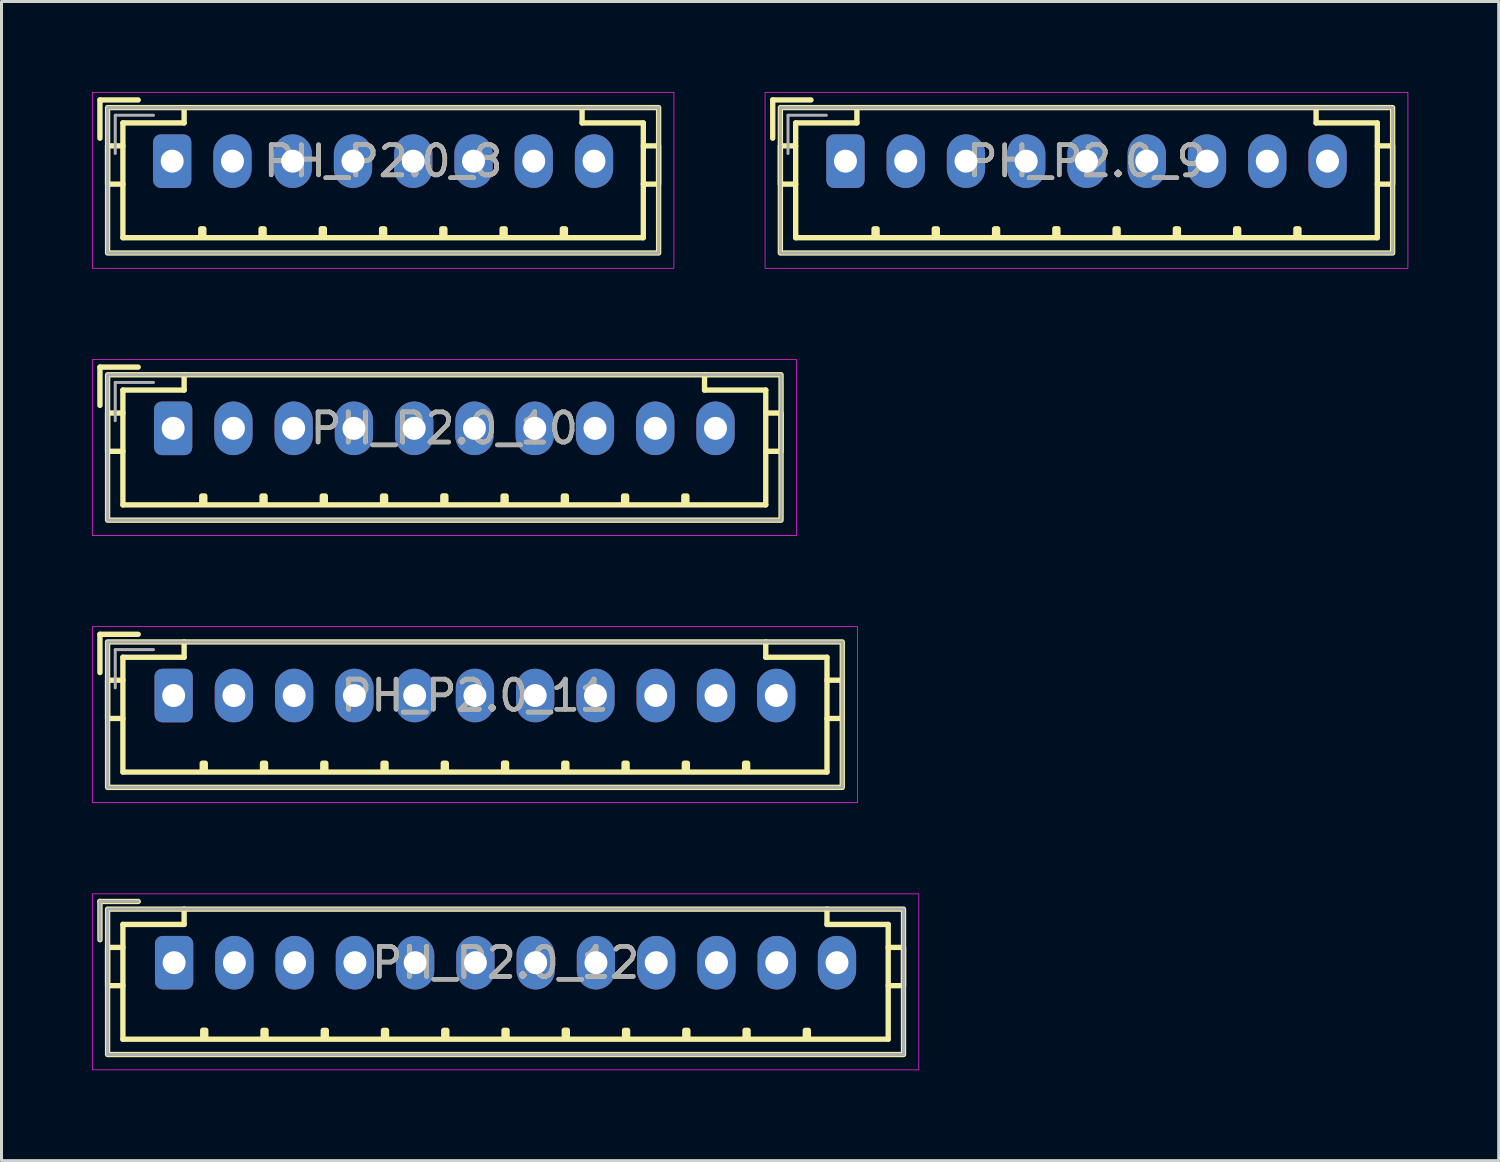
<source format=kicad_pcb>
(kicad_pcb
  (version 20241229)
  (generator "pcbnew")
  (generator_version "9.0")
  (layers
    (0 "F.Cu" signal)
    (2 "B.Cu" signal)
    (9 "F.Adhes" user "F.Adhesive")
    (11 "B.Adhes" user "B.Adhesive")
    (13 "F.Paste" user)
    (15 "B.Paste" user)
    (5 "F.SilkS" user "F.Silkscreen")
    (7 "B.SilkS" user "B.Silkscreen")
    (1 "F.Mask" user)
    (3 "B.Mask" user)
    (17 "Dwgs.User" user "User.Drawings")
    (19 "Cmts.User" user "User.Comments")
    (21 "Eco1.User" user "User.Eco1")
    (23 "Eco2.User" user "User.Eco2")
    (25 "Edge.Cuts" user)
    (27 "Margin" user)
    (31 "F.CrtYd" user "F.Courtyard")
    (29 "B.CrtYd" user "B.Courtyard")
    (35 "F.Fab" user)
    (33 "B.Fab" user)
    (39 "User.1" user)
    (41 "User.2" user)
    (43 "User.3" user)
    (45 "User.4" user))
  (footprint "PH_P2.0_8"
    (layer "F.Cu")
    (at 9.665 2.299)
    (property "Reference" "PH_P2.0_8" (at 0 0 0) (layer "F.SilkS") (effects (font (size 1 1) (thickness 0.15))))
    (attr through_hole)
    (fp_line (start -9.398 -2.032) (end -9.398 -0.762) (stroke (width 0.178) (type solid)) (layer "F.SilkS"))
    (fp_line (start -9.398 -2.032) (end -8.128 -2.032) (stroke (width 0.178) (type solid)) (layer "F.SilkS"))
    (fp_line (start -8.636 -1.27) (end -8.636 -0.508) (stroke (width 0.178) (type solid)) (layer "F.SilkS"))
    (fp_line (start -8.636 0.762) (end -8.636 2.54) (stroke (width 0.178) (type solid)) (layer "F.SilkS"))
    (fp_line (start -6.604 -1.778) (end -6.604 -1.27) (stroke (width 0.178) (type solid)) (layer "F.SilkS"))
    (fp_line (start -6.604 -1.27) (end -8.636 -1.27) (stroke (width 0.178) (type solid)) (layer "F.SilkS"))
    (fp_line (start 6.604 -1.778) (end 6.604 -1.27) (stroke (width 0.178) (type solid)) (layer "F.SilkS"))
    (fp_line (start 6.604 -1.27) (end 8.636 -1.27) (stroke (width 0.178) (type solid)) (layer "F.SilkS"))
    (fp_line (start 8.636 -1.27) (end 8.636 -0.508) (stroke (width 0.178) (type solid)) (layer "F.SilkS"))
    (fp_line (start 8.636 0.762) (end 8.636 2.54) (stroke (width 0.178) (type solid)) (layer "F.SilkS"))
    (fp_line (start 8.636 2.54) (end -8.636 2.54) (stroke (width 0.178) (type solid)) (layer "F.SilkS"))
    (fp_rect (start -9.144 -1.778) (end 9.144 3.048) (stroke (width 0.178) (type solid)) (fill no) (layer "F.SilkS"))
    (fp_rect (start -9.144 -0.508) (end -8.636 0.762) (stroke (width 0.178) (type solid)) (fill no) (layer "F.SilkS"))
    (fp_rect (start -6.05 2.246) (end -5.95 2.5) (stroke (width 0.178) (type solid)) (fill no) (layer "F.SilkS"))
    (fp_rect (start -4.05 2.246) (end -3.95 2.5) (stroke (width 0.178) (type solid)) (fill no) (layer "F.SilkS"))
    (fp_rect (start -2.05 2.242) (end -1.95 2.496) (stroke (width 0.178) (type solid)) (fill no) (layer "F.SilkS"))
    (fp_rect (start -0.05 2.246) (end 0.05 2.5) (stroke (width 0.178) (type solid)) (fill no) (layer "F.SilkS"))
    (fp_rect (start 1.95 2.246) (end 2.05 2.5) (stroke (width 0.178) (type solid)) (fill no) (layer "F.SilkS"))
    (fp_rect (start 3.95 2.246) (end 4.05 2.5) (stroke (width 0.178) (type solid)) (fill no) (layer "F.SilkS"))
    (fp_rect (start 5.95 2.246) (end 6.05 2.5) (stroke (width 0.178) (type solid)) (fill no) (layer "F.SilkS"))
    (fp_rect (start 8.636 -0.508) (end 9.144 0.762) (stroke (width 0.178) (type solid)) (fill no) (layer "F.SilkS"))
    (fp_rect (start -9.652 -2.286) (end 9.652 3.556) (stroke (width 0.025) (type solid)) (fill no) (layer "F.CrtYd"))
    (fp_line (start -8.89 -1.524) (end -8.89 -0.254) (stroke (width 0.1) (type solid)) (layer "F.Fab"))
    (fp_line (start -7.62 -1.524) (end -8.89 -1.524) (stroke (width 0.1) (type solid)) (layer "F.Fab"))
    (fp_rect (start -9.144 -1.778) (end 9.144 3.048) (stroke (width 0.1) (type solid)) (fill no) (layer "F.Fab"))
    (fp_text user "${REFERENCE}" (at 0 0 0) (layer "F.Fab") (effects (font (size 1 1) (thickness 0.15))))
    (pad "1" thru_hole roundrect (at -7 0) (size 1.27 1.778) (drill 0.762) (layers "*.Cu" "*.Mask") (roundrect_rratio 0.2))
    (pad "2" thru_hole oval (at -5 0) (size 1.27 1.778) (drill 0.762) (layers "*.Cu" "*.Mask"))
    (pad "3" thru_hole oval (at -3 0) (size 1.27 1.778) (drill 0.762) (layers "*.Cu" "*.Mask"))
    (pad "4" thru_hole oval (at -1 0) (size 1.27 1.778) (drill 0.762) (layers "*.Cu" "*.Mask"))
    (pad "5" thru_hole oval (at 1 0) (size 1.27 1.778) (drill 0.762) (layers "*.Cu" "*.Mask"))
    (pad "6" thru_hole oval (at 3 0) (size 1.27 1.778) (drill 0.762) (layers "*.Cu" "*.Mask"))
    (pad "7" thru_hole oval (at 5 0) (size 1.27 1.778) (drill 0.762) (layers "*.Cu" "*.Mask"))
    (pad "8" thru_hole oval (at 7 0) (size 1.27 1.778) (drill 0.762) (layers "*.Cu" "*.Mask")))
  (footprint "PH_P2.0_9"
    (layer "F.Cu")
    (at 33.01 2.299)
    (property "Reference" "PH_P2.0_9" (at 0 0 0) (layer "F.SilkS") (effects (font (size 1 1) (thickness 0.15))))
    (attr through_hole)
    (fp_line (start -10.414 -2.032) (end -10.414 -0.762) (stroke (width 0.178) (type solid)) (layer "F.SilkS"))
    (fp_line (start -10.414 -2.032) (end -9.144 -2.032) (stroke (width 0.178) (type solid)) (layer "F.SilkS"))
    (fp_line (start -9.652 -1.27) (end -9.652 -0.508) (stroke (width 0.178) (type solid)) (layer "F.SilkS"))
    (fp_line (start -9.652 0.762) (end -9.652 2.54) (stroke (width 0.178) (type solid)) (layer "F.SilkS"))
    (fp_line (start -7.62 -1.778) (end -7.62 -1.27) (stroke (width 0.178) (type solid)) (layer "F.SilkS"))
    (fp_line (start -7.62 -1.27) (end -9.652 -1.27) (stroke (width 0.178) (type solid)) (layer "F.SilkS"))
    (fp_line (start 7.62 -1.778) (end 7.62 -1.27) (stroke (width 0.178) (type solid)) (layer "F.SilkS"))
    (fp_line (start 7.62 -1.27) (end 9.652 -1.27) (stroke (width 0.178) (type solid)) (layer "F.SilkS"))
    (fp_line (start 9.652 -1.27) (end 9.652 -0.508) (stroke (width 0.178) (type solid)) (layer "F.SilkS"))
    (fp_line (start 9.652 0.762) (end 9.652 2.54) (stroke (width 0.178) (type solid)) (layer "F.SilkS"))
    (fp_line (start 9.652 2.54) (end -9.652 2.54) (stroke (width 0.178) (type solid)) (layer "F.SilkS"))
    (fp_rect (start -10.16 -1.778) (end 10.16 3.048) (stroke (width 0.178) (type solid)) (fill no) (layer "F.SilkS"))
    (fp_rect (start -10.16 -0.508) (end -9.652 0.762) (stroke (width 0.178) (type solid)) (fill no) (layer "F.SilkS"))
    (fp_rect (start -7.05 2.246) (end -6.95 2.5) (stroke (width 0.178) (type solid)) (fill no) (layer "F.SilkS"))
    (fp_rect (start -5.05 2.246) (end -4.95 2.5) (stroke (width 0.178) (type solid)) (fill no) (layer "F.SilkS"))
    (fp_rect (start -3.05 2.246) (end -2.95 2.5) (stroke (width 0.178) (type solid)) (fill no) (layer "F.SilkS"))
    (fp_rect (start -1.05 2.242) (end -0.95 2.496) (stroke (width 0.178) (type solid)) (fill no) (layer "F.SilkS"))
    (fp_rect (start 0.95 2.246) (end 1.05 2.5) (stroke (width 0.178) (type solid)) (fill no) (layer "F.SilkS"))
    (fp_rect (start 2.95 2.246) (end 3.05 2.5) (stroke (width 0.178) (type solid)) (fill no) (layer "F.SilkS"))
    (fp_rect (start 4.95 2.246) (end 5.05 2.5) (stroke (width 0.178) (type solid)) (fill no) (layer "F.SilkS"))
    (fp_rect (start 6.95 2.246) (end 7.05 2.5) (stroke (width 0.178) (type solid)) (fill no) (layer "F.SilkS"))
    (fp_rect (start 9.652 -0.508) (end 10.16 0.762) (stroke (width 0.178) (type solid)) (fill no) (layer "F.SilkS"))
    (fp_rect (start -10.668 -2.286) (end 10.668 3.556) (stroke (width 0.025) (type solid)) (fill no) (layer "F.CrtYd"))
    (fp_line (start -9.906 -1.524) (end -9.906 -0.254) (stroke (width 0.1) (type solid)) (layer "F.Fab"))
    (fp_line (start -8.636 -1.524) (end -9.906 -1.524) (stroke (width 0.1) (type solid)) (layer "F.Fab"))
    (fp_rect (start -10.16 -1.778) (end 10.16 3.048) (stroke (width 0.1) (type solid)) (fill no) (layer "F.Fab"))
    (fp_text user "${REFERENCE}" (at 0 0 0) (layer "F.Fab") (effects (font (size 1 1) (thickness 0.15))))
    (pad "1" thru_hole roundrect (at -8 0) (size 1.27 1.778) (drill 0.762) (layers "*.Cu" "*.Mask") (roundrect_rratio 0.2))
    (pad "2" thru_hole oval (at -6 0) (size 1.27 1.778) (drill 0.762) (layers "*.Cu" "*.Mask"))
    (pad "3" thru_hole oval (at -4 0) (size 1.27 1.778) (drill 0.762) (layers "*.Cu" "*.Mask"))
    (pad "4" thru_hole oval (at -2 0) (size 1.27 1.778) (drill 0.762) (layers "*.Cu" "*.Mask"))
    (pad "5" thru_hole oval (at 0 0) (size 1.27 1.778) (drill 0.762) (layers "*.Cu" "*.Mask"))
    (pad "6" thru_hole oval (at 2 0) (size 1.27 1.778) (drill 0.762) (layers "*.Cu" "*.Mask"))
    (pad "7" thru_hole oval (at 4 0) (size 1.27 1.778) (drill 0.762) (layers "*.Cu" "*.Mask"))
    (pad "8" thru_hole oval (at 6 0) (size 1.27 1.778) (drill 0.762) (layers "*.Cu" "*.Mask"))
    (pad "9" thru_hole oval (at 8 0) (size 1.27 1.778) (drill 0.762) (layers "*.Cu" "*.Mask")))
  (footprint "PH_P2.0_11"
    (layer "F.Cu")
    (at 12.713 20.034)
    (property "Reference" "PH_P2.0_11" (at 0 0 0) (layer "F.SilkS") (effects (font (size 1 1) (thickness 0.15))))
    (attr through_hole)
    (fp_line (start -12.446 -2.032) (end -12.446 -0.762) (stroke (width 0.178) (type solid)) (layer "F.SilkS"))
    (fp_line (start -12.446 -2.032) (end -11.176 -2.032) (stroke (width 0.178) (type solid)) (layer "F.SilkS"))
    (fp_line (start -11.684 -1.27) (end -11.684 -0.508) (stroke (width 0.178) (type solid)) (layer "F.SilkS"))
    (fp_line (start -11.684 0.762) (end -11.684 2.54) (stroke (width 0.178) (type solid)) (layer "F.SilkS"))
    (fp_line (start -9.652 -1.778) (end -9.652 -1.27) (stroke (width 0.178) (type solid)) (layer "F.SilkS"))
    (fp_line (start -9.652 -1.27) (end -11.684 -1.27) (stroke (width 0.178) (type solid)) (layer "F.SilkS"))
    (fp_line (start 9.652 -1.778) (end 9.652 -1.27) (stroke (width 0.178) (type solid)) (layer "F.SilkS"))
    (fp_line (start 9.652 -1.27) (end 11.684 -1.27) (stroke (width 0.178) (type solid)) (layer "F.SilkS"))
    (fp_line (start 11.684 -1.27) (end 11.684 -0.508) (stroke (width 0.178) (type solid)) (layer "F.SilkS"))
    (fp_line (start 11.684 0.762) (end 11.684 2.54) (stroke (width 0.178) (type solid)) (layer "F.SilkS"))
    (fp_line (start 11.684 2.54) (end -11.684 2.54) (stroke (width 0.178) (type solid)) (layer "F.SilkS"))
    (fp_rect (start -12.192 -1.778) (end 12.192 3.048) (stroke (width 0.178) (type solid)) (fill no) (layer "F.SilkS"))
    (fp_rect (start -12.192 -0.508) (end -11.684 0.762) (stroke (width 0.178) (type solid)) (fill no) (layer "F.SilkS"))
    (fp_rect (start -9.05 2.246) (end -8.95 2.5) (stroke (width 0.178) (type solid)) (fill no) (layer "F.SilkS"))
    (fp_rect (start -7.05 2.246) (end -6.95 2.5) (stroke (width 0.178) (type solid)) (fill no) (layer "F.SilkS"))
    (fp_rect (start -5.05 2.246) (end -4.95 2.5) (stroke (width 0.178) (type solid)) (fill no) (layer "F.SilkS"))
    (fp_rect (start -3.05 2.246) (end -2.95 2.5) (stroke (width 0.178) (type solid)) (fill no) (layer "F.SilkS"))
    (fp_rect (start -1.05 2.246) (end -0.95 2.5) (stroke (width 0.178) (type solid)) (fill no) (layer "F.SilkS"))
    (fp_rect (start 0.95 2.242) (end 1.05 2.496) (stroke (width 0.178) (type solid)) (fill no) (layer "F.SilkS"))
    (fp_rect (start 2.95 2.246) (end 3.05 2.5) (stroke (width 0.178) (type solid)) (fill no) (layer "F.SilkS"))
    (fp_rect (start 4.95 2.246) (end 5.05 2.5) (stroke (width 0.178) (type solid)) (fill no) (layer "F.SilkS"))
    (fp_rect (start 6.95 2.246) (end 7.05 2.5) (stroke (width 0.178) (type solid)) (fill no) (layer "F.SilkS"))
    (fp_rect (start 8.95 2.246) (end 9.05 2.5) (stroke (width 0.178) (type solid)) (fill no) (layer "F.SilkS"))
    (fp_rect (start 11.684 -0.508) (end 12.192 0.762) (stroke (width 0.178) (type solid)) (fill no) (layer "F.SilkS"))
    (fp_rect (start -12.7 -2.286) (end 12.7 3.556) (stroke (width 0.025) (type solid)) (fill no) (layer "F.CrtYd"))
    (fp_line (start -11.938 -1.524) (end -11.938 -0.254) (stroke (width 0.1) (type solid)) (layer "F.Fab"))
    (fp_line (start -10.668 -1.524) (end -11.938 -1.524) (stroke (width 0.1) (type solid)) (layer "F.Fab"))
    (fp_rect (start -12.192 -1.778) (end 12.192 3.048) (stroke (width 0.1) (type solid)) (fill no) (layer "F.Fab"))
    (fp_text user "${REFERENCE}" (at 0 0 0) (layer "F.Fab") (effects (font (size 1 1) (thickness 0.15))))
    (pad "1" thru_hole roundrect (at -10 0) (size 1.27 1.778) (drill 0.762) (layers "*.Cu" "*.Mask") (roundrect_rratio 0.2))
    (pad "2" thru_hole oval (at -8 0) (size 1.27 1.778) (drill 0.762) (layers "*.Cu" "*.Mask"))
    (pad "3" thru_hole oval (at -6 0) (size 1.27 1.778) (drill 0.762) (layers "*.Cu" "*.Mask"))
    (pad "4" thru_hole oval (at -4 0) (size 1.27 1.778) (drill 0.762) (layers "*.Cu" "*.Mask"))
    (pad "5" thru_hole oval (at -2 0) (size 1.27 1.778) (drill 0.762) (layers "*.Cu" "*.Mask"))
    (pad "6" thru_hole oval (at 0 0) (size 1.27 1.778) (drill 0.762) (layers "*.Cu" "*.Mask"))
    (pad "7" thru_hole oval (at 2 0) (size 1.27 1.778) (drill 0.762) (layers "*.Cu" "*.Mask"))
    (pad "8" thru_hole oval (at 4 0) (size 1.27 1.778) (drill 0.762) (layers "*.Cu" "*.Mask"))
    (pad "9" thru_hole oval (at 6 0) (size 1.27 1.778) (drill 0.762) (layers "*.Cu" "*.Mask"))
    (pad "10" thru_hole oval (at 8 0) (size 1.27 1.778) (drill 0.762) (layers "*.Cu" "*.Mask"))
    (pad "11" thru_hole oval (at 10 0) (size 1.27 1.778) (drill 0.762) (layers "*.Cu" "*.Mask")))
  (footprint "PH_P2.0_10"
    (layer "F.Cu")
    (at 11.697 11.166)
    (property "Reference" "PH_P2.0_10" (at 0 0 0) (layer "F.SilkS") (effects (font (size 1 1) (thickness 0.15))))
    (attr through_hole)
    (fp_line (start -11.43 -2.032) (end -11.43 -0.762) (stroke (width 0.178) (type solid)) (layer "F.SilkS"))
    (fp_line (start -11.43 -2.032) (end -10.16 -2.032) (stroke (width 0.178) (type solid)) (layer "F.SilkS"))
    (fp_line (start -10.668 -1.27) (end -10.668 -0.508) (stroke (width 0.178) (type solid)) (layer "F.SilkS"))
    (fp_line (start -10.668 0.762) (end -10.668 2.54) (stroke (width 0.178) (type solid)) (layer "F.SilkS"))
    (fp_line (start -8.636 -1.778) (end -8.636 -1.27) (stroke (width 0.178) (type solid)) (layer "F.SilkS"))
    (fp_line (start -8.636 -1.27) (end -10.668 -1.27) (stroke (width 0.178) (type solid)) (layer "F.SilkS"))
    (fp_line (start 8.636 -1.778) (end 8.636 -1.27) (stroke (width 0.178) (type solid)) (layer "F.SilkS"))
    (fp_line (start 8.636 -1.27) (end 10.668 -1.27) (stroke (width 0.178) (type solid)) (layer "F.SilkS"))
    (fp_line (start 10.668 -1.27) (end 10.668 -0.508) (stroke (width 0.178) (type solid)) (layer "F.SilkS"))
    (fp_line (start 10.668 0.762) (end 10.668 2.54) (stroke (width 0.178) (type solid)) (layer "F.SilkS"))
    (fp_line (start 10.668 2.54) (end -10.668 2.54) (stroke (width 0.178) (type solid)) (layer "F.SilkS"))
    (fp_rect (start -11.176 -1.778) (end 11.176 3.048) (stroke (width 0.178) (type solid)) (fill no) (layer "F.SilkS"))
    (fp_rect (start -11.176 -0.508) (end -10.668 0.762) (stroke (width 0.178) (type solid)) (fill no) (layer "F.SilkS"))
    (fp_rect (start -8.05 2.246) (end -7.95 2.5) (stroke (width 0.178) (type solid)) (fill no) (layer "F.SilkS"))
    (fp_rect (start -6.05 2.246) (end -5.95 2.5) (stroke (width 0.178) (type solid)) (fill no) (layer "F.SilkS"))
    (fp_rect (start -4.05 2.246) (end -3.95 2.5) (stroke (width 0.178) (type solid)) (fill no) (layer "F.SilkS"))
    (fp_rect (start -2.05 2.246) (end -1.95 2.5) (stroke (width 0.178) (type solid)) (fill no) (layer "F.SilkS"))
    (fp_rect (start -0.05 2.242) (end 0.05 2.496) (stroke (width 0.178) (type solid)) (fill no) (layer "F.SilkS"))
    (fp_rect (start 1.95 2.246) (end 2.05 2.5) (stroke (width 0.178) (type solid)) (fill no) (layer "F.SilkS"))
    (fp_rect (start 3.95 2.246) (end 4.05 2.5) (stroke (width 0.178) (type solid)) (fill no) (layer "F.SilkS"))
    (fp_rect (start 5.95 2.246) (end 6.05 2.5) (stroke (width 0.178) (type solid)) (fill no) (layer "F.SilkS"))
    (fp_rect (start 7.95 2.246) (end 8.05 2.5) (stroke (width 0.178) (type solid)) (fill no) (layer "F.SilkS"))
    (fp_rect (start 10.668 -0.508) (end 11.176 0.762) (stroke (width 0.178) (type solid)) (fill no) (layer "F.SilkS"))
    (fp_rect (start -11.684 -2.286) (end 11.684 3.556) (stroke (width 0.025) (type solid)) (fill no) (layer "F.CrtYd"))
    (fp_line (start -10.922 -1.524) (end -10.922 -0.254) (stroke (width 0.1) (type solid)) (layer "F.Fab"))
    (fp_line (start -9.652 -1.524) (end -10.922 -1.524) (stroke (width 0.1) (type solid)) (layer "F.Fab"))
    (fp_rect (start -11.176 -1.778) (end 11.176 3.048) (stroke (width 0.1) (type solid)) (fill no) (layer "F.Fab"))
    (fp_text user "${REFERENCE}" (at 0 0 0) (layer "F.Fab") (effects (font (size 1 1) (thickness 0.15))))
    (pad "1" thru_hole roundrect (at -9 0) (size 1.27 1.778) (drill 0.762) (layers "*.Cu" "*.Mask") (roundrect_rratio 0.2))
    (pad "2" thru_hole oval (at -7 0) (size 1.27 1.778) (drill 0.762) (layers "*.Cu" "*.Mask"))
    (pad "3" thru_hole oval (at -5 0) (size 1.27 1.778) (drill 0.762) (layers "*.Cu" "*.Mask"))
    (pad "4" thru_hole oval (at -3 0) (size 1.27 1.778) (drill 0.762) (layers "*.Cu" "*.Mask"))
    (pad "5" thru_hole oval (at -1 0) (size 1.27 1.778) (drill 0.762) (layers "*.Cu" "*.Mask"))
    (pad "6" thru_hole oval (at 1 0) (size 1.27 1.778) (drill 0.762) (layers "*.Cu" "*.Mask"))
    (pad "7" thru_hole oval (at 3 0) (size 1.27 1.778) (drill 0.762) (layers "*.Cu" "*.Mask"))
    (pad "8" thru_hole oval (at 5 0) (size 1.27 1.778) (drill 0.762) (layers "*.Cu" "*.Mask"))
    (pad "9" thru_hole oval (at 7 0) (size 1.27 1.778) (drill 0.762) (layers "*.Cu" "*.Mask"))
    (pad "10" thru_hole oval (at 9 0) (size 1.27 1.778) (drill 0.762) (layers "*.Cu" "*.Mask")))
  (footprint "PH_P2.0_12"
    (layer "F.Cu")
    (at 13.729 28.901)
    (property "Reference" "PH_P2.0_12" (at 0 0 0) (layer "F.SilkS") (effects (font (size 1 1) (thickness 0.15))))
    (attr through_hole)
    (fp_line (start -13.462 -2.032) (end -13.462 -0.762) (stroke (width 0.178) (type solid)) (layer "F.SilkS"))
    (fp_line (start -13.462 -2.032) (end -12.192 -2.032) (stroke (width 0.178) (type solid)) (layer "F.SilkS"))
    (fp_line (start -12.7 -1.27) (end -12.7 -0.508) (stroke (width 0.178) (type solid)) (layer "F.SilkS"))
    (fp_line (start -12.7 0.762) (end -12.7 2.54) (stroke (width 0.178) (type solid)) (layer "F.SilkS"))
    (fp_line (start -10.668 -1.778) (end -10.668 -1.27) (stroke (width 0.178) (type solid)) (layer "F.SilkS"))
    (fp_line (start -10.668 -1.27) (end -12.7 -1.27) (stroke (width 0.178) (type solid)) (layer "F.SilkS"))
    (fp_line (start 10.668 -1.778) (end 10.668 -1.27) (stroke (width 0.178) (type solid)) (layer "F.SilkS"))
    (fp_line (start 10.668 -1.27) (end 12.7 -1.27) (stroke (width 0.178) (type solid)) (layer "F.SilkS"))
    (fp_line (start 12.7 -1.27) (end 12.7 -0.508) (stroke (width 0.178) (type solid)) (layer "F.SilkS"))
    (fp_line (start 12.7 0.762) (end 12.7 2.54) (stroke (width 0.178) (type solid)) (layer "F.SilkS"))
    (fp_line (start 12.7 2.54) (end -12.7 2.54) (stroke (width 0.178) (type solid)) (layer "F.SilkS"))
    (fp_rect (start -13.208 -1.778) (end 13.208 3.048) (stroke (width 0.178) (type solid)) (fill no) (layer "F.SilkS"))
    (fp_rect (start -13.208 -0.508) (end -12.7 0.762) (stroke (width 0.178) (type solid)) (fill no) (layer "F.SilkS"))
    (fp_rect (start -10.05 2.242) (end -9.95 2.496) (stroke (width 0.178) (type solid)) (fill no) (layer "F.SilkS"))
    (fp_rect (start -8.05 2.246) (end -7.95 2.5) (stroke (width 0.178) (type solid)) (fill no) (layer "F.SilkS"))
    (fp_rect (start -6.05 2.246) (end -5.95 2.5) (stroke (width 0.178) (type solid)) (fill no) (layer "F.SilkS"))
    (fp_rect (start -4.05 2.246) (end -3.95 2.5) (stroke (width 0.178) (type solid)) (fill no) (layer "F.SilkS"))
    (fp_rect (start -2.05 2.246) (end -1.95 2.5) (stroke (width 0.178) (type solid)) (fill no) (layer "F.SilkS"))
    (fp_rect (start -0.05 2.246) (end 0.05 2.5) (stroke (width 0.178) (type solid)) (fill no) (layer "F.SilkS"))
    (fp_rect (start 1.95 2.242) (end 2.05 2.496) (stroke (width 0.178) (type solid)) (fill no) (layer "F.SilkS"))
    (fp_rect (start 3.95 2.246) (end 4.05 2.5) (stroke (width 0.178) (type solid)) (fill no) (layer "F.SilkS"))
    (fp_rect (start 5.95 2.246) (end 6.05 2.5) (stroke (width 0.178) (type solid)) (fill no) (layer "F.SilkS"))
    (fp_rect (start 7.95 2.246) (end 8.05 2.5) (stroke (width 0.178) (type solid)) (fill no) (layer "F.SilkS"))
    (fp_rect (start 9.95 2.246) (end 10.05 2.5) (stroke (width 0.178) (type solid)) (fill no) (layer "F.SilkS"))
    (fp_rect (start 12.7 -0.508) (end 13.208 0.762) (stroke (width 0.178) (type solid)) (fill no) (layer "F.SilkS"))
    (fp_rect (start -13.716 -2.286) (end 13.716 3.556) (stroke (width 0.025) (type solid)) (fill no) (layer "F.CrtYd"))
    (fp_line (start -13.462 -2.032) (end -13.462 -0.762) (stroke (width 0.1) (type solid)) (layer "F.Fab"))
    (fp_line (start -12.192 -2.032) (end -13.462 -2.032) (stroke (width 0.1) (type solid)) (layer "F.Fab"))
    (fp_rect (start -13.208 -1.778) (end 13.208 3.048) (stroke (width 0.1) (type solid)) (fill no) (layer "F.Fab"))
    (fp_text user "${REFERENCE}" (at 0 0 0) (layer "F.Fab") (effects (font (size 1 1) (thickness 0.15))))
    (pad "1" thru_hole roundrect (at -11 0) (size 1.27 1.778) (drill 0.762) (layers "*.Cu" "*.Mask") (roundrect_rratio 0.2))
    (pad "2" thru_hole oval (at -9 0) (size 1.27 1.778) (drill 0.762) (layers "*.Cu" "*.Mask"))
    (pad "3" thru_hole oval (at -7 0) (size 1.27 1.778) (drill 0.762) (layers "*.Cu" "*.Mask"))
    (pad "4" thru_hole oval (at -5 0) (size 1.27 1.778) (drill 0.762) (layers "*.Cu" "*.Mask"))
    (pad "5" thru_hole oval (at -3 0) (size 1.27 1.778) (drill 0.762) (layers "*.Cu" "*.Mask"))
    (pad "6" thru_hole oval (at -1 0) (size 1.27 1.778) (drill 0.762) (layers "*.Cu" "*.Mask"))
    (pad "7" thru_hole oval (at 1 0) (size 1.27 1.778) (drill 0.762) (layers "*.Cu" "*.Mask"))
    (pad "8" thru_hole oval (at 3 0) (size 1.27 1.778) (drill 0.762) (layers "*.Cu" "*.Mask"))
    (pad "9" thru_hole oval (at 5 0) (size 1.27 1.778) (drill 0.762) (layers "*.Cu" "*.Mask"))
    (pad "10" thru_hole oval (at 7 0) (size 1.27 1.778) (drill 0.762) (layers "*.Cu" "*.Mask"))
    (pad "11" thru_hole oval (at 9 0) (size 1.27 1.778) (drill 0.762) (layers "*.Cu" "*.Mask"))
    (pad "12" thru_hole oval (at 11 0) (size 1.27 1.778) (drill 0.762) (layers "*.Cu" "*.Mask")))
  (gr_rect
    (start -3 -3)
    (end 46.691 35.47)
    (stroke (width 0.1) (type default))
    (fill no)
    (layer "Edge.Cuts")))
</source>
